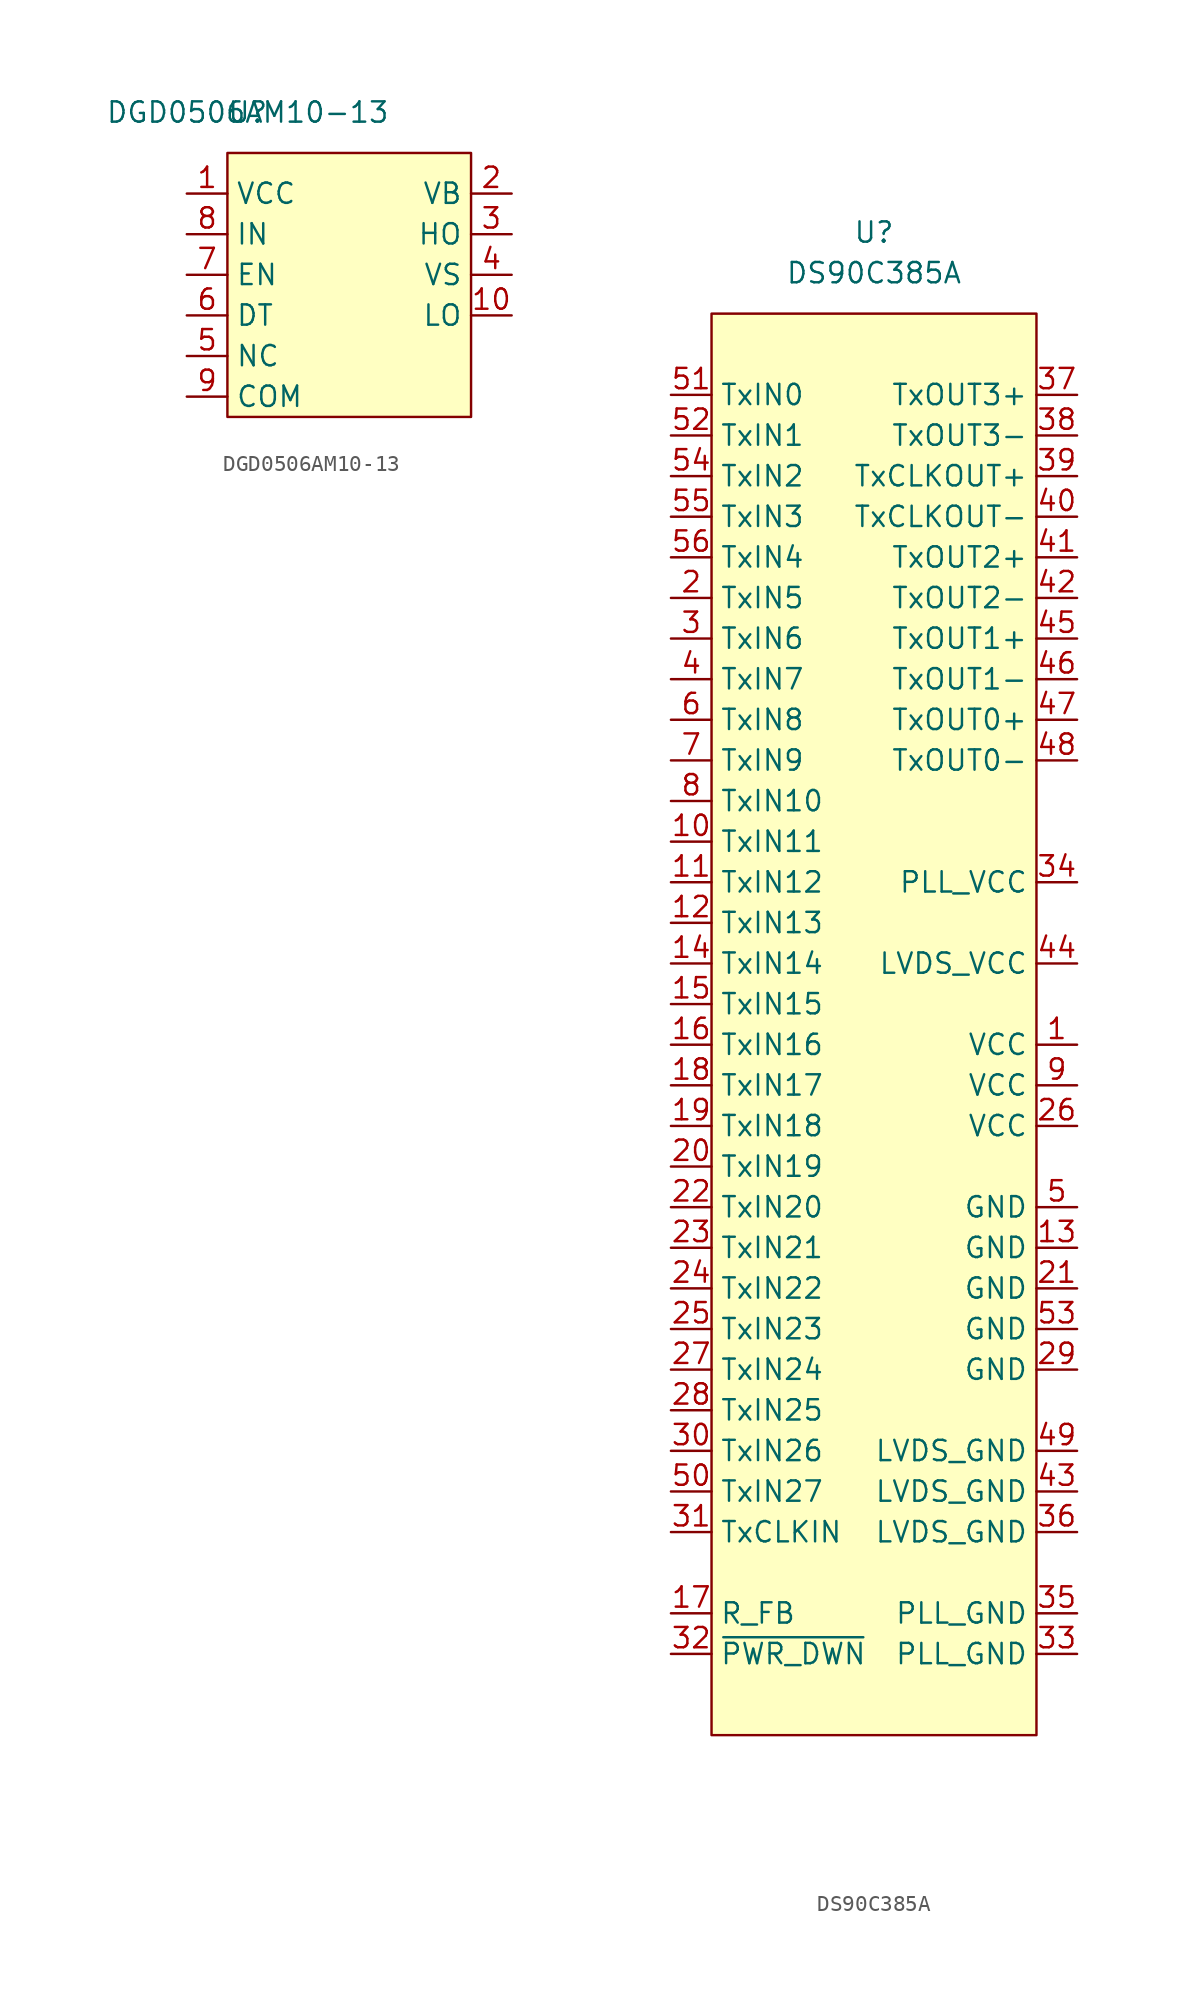
<source format=kicad_sym>
(kicad_symbol_lib
  (version 20231120)
  (generator "kicad_symbol_editor")
  (generator_version "8.0")
  (symbol "DGD0506AM10-13"
    (property "Reference" "U"
      (at 1.27 2.54 0)
      (effects (font (size 1.27 1.27))))
    (property "Value" "DGD0506AM10-13"
      (at 1.27 2.54 0)
      (effects (font (size 1.27 1.27))))
    (symbol "DGD0506AM10-13_0_1"
      (rectangle (start 0 0) (end 15.24 -16.51) (stroke (width 0) (type default)) (fill (type background))))
    (symbol "DGD0506AM10-13_1_1"
      (pin power_in line (at -2.54 -2.54 0) (length 2.54) (name "VCC" (effects (font (size 1.27 1.27)))) (number "1" (effects (font (size 1.27 1.27)))))
      (pin output line (at 17.78 -10.16 180) (length 2.54) (name "LO" (effects (font (size 1.27 1.27)))) (number "10" (effects (font (size 1.27 1.27)))))
      (pin power_in line (at 17.78 -2.54 180) (length 2.54) (name "VB" (effects (font (size 1.27 1.27)))) (number "2" (effects (font (size 1.27 1.27)))))
      (pin output line (at 17.78 -5.08 180) (length 2.54) (name "HO" (effects (font (size 1.27 1.27)))) (number "3" (effects (font (size 1.27 1.27)))))
      (pin passive line (at 17.78 -7.62 180) (length 2.54) (name "VS" (effects (font (size 1.27 1.27)))) (number "4" (effects (font (size 1.27 1.27)))))
      (pin passive line (at -2.54 -12.7 0) (length 2.54) (name "NC" (effects (font (size 1.27 1.27)))) (number "5" (effects (font (size 1.27 1.27)))))
      (pin bidirectional line (at -2.54 -10.16 0) (length 2.54) (name "DT" (effects (font (size 1.27 1.27)))) (number "6" (effects (font (size 1.27 1.27)))))
      (pin input line (at -2.54 -7.62 0) (length 2.54) (name "EN" (effects (font (size 1.27 1.27)))) (number "7" (effects (font (size 1.27 1.27)))))
      (pin input line (at -2.54 -5.08 0) (length 2.54) (name "IN" (effects (font (size 1.27 1.27)))) (number "8" (effects (font (size 1.27 1.27)))))
      (pin passive line (at -2.54 -15.24 0) (length 2.54) (name "COM" (effects (font (size 1.27 1.27)))) (number "9" (effects (font (size 1.27 1.27)))))))
  (symbol "DS90C385A"
    (property "Reference" "U"
      (at 0 0 0)
      (effects (font (size 1.27 1.27))))
    (property "Value" "DS90C385A"
      (at 0 -2.54 0)
      (effects (font (size 1.27 1.27))))
    (symbol "DS90C385A_0_1"
      (rectangle (start -10.16 -5.08) (end 10.16 -93.98) (stroke (width 0.152) (type default)) (fill (type background))))
    (symbol "DS90C385A_1_1"
      (pin output line (at 12.7 -50.8 180) (length 2.54) (name "VCC" (effects (font (size 1.27 1.27)))) (number "1" (effects (font (size 1.27 1.27)))))
      (pin input line (at -12.7 -38.1 0) (length 2.54) (name "TxIN11" (effects (font (size 1.27 1.27)))) (number "10" (effects (font (size 1.27 1.27)))))
      (pin input line (at -12.7 -40.64 0) (length 2.54) (name "TxIN12" (effects (font (size 1.27 1.27)))) (number "11" (effects (font (size 1.27 1.27)))))
      (pin input line (at -12.7 -43.18 0) (length 2.54) (name "TxIN13" (effects (font (size 1.27 1.27)))) (number "12" (effects (font (size 1.27 1.27)))))
      (pin output line (at 12.7 -63.5 180) (length 2.54) (name "GND" (effects (font (size 1.27 1.27)))) (number "13" (effects (font (size 1.27 1.27)))))
      (pin input line (at -12.7 -45.72 0) (length 2.54) (name "TxIN14" (effects (font (size 1.27 1.27)))) (number "14" (effects (font (size 1.27 1.27)))))
      (pin input line (at -12.7 -48.26 0) (length 2.54) (name "TxIN15" (effects (font (size 1.27 1.27)))) (number "15" (effects (font (size 1.27 1.27)))))
      (pin input line (at -12.7 -50.8 0) (length 2.54) (name "TxIN16" (effects (font (size 1.27 1.27)))) (number "16" (effects (font (size 1.27 1.27)))))
      (pin input line (at -12.7 -86.36 0) (length 2.54) (name "R_FB" (effects (font (size 1.27 1.27)))) (number "17" (effects (font (size 1.27 1.27)))))
      (pin input line (at -12.7 -53.34 0) (length 2.54) (name "TxIN17" (effects (font (size 1.27 1.27)))) (number "18" (effects (font (size 1.27 1.27)))))
      (pin input line (at -12.7 -55.88 0) (length 2.54) (name "TxIN18" (effects (font (size 1.27 1.27)))) (number "19" (effects (font (size 1.27 1.27)))))
      (pin input line (at -12.7 -22.86 0) (length 2.54) (name "TxIN5" (effects (font (size 1.27 1.27)))) (number "2" (effects (font (size 1.27 1.27)))))
      (pin input line (at -12.7 -58.42 0) (length 2.54) (name "TxIN19" (effects (font (size 1.27 1.27)))) (number "20" (effects (font (size 1.27 1.27)))))
      (pin output line (at 12.7 -66.04 180) (length 2.54) (name "GND" (effects (font (size 1.27 1.27)))) (number "21" (effects (font (size 1.27 1.27)))))
      (pin input line (at -12.7 -60.96 0) (length 2.54) (name "TxIN20" (effects (font (size 1.27 1.27)))) (number "22" (effects (font (size 1.27 1.27)))))
      (pin input line (at -12.7 -63.5 0) (length 2.54) (name "TxIN21" (effects (font (size 1.27 1.27)))) (number "23" (effects (font (size 1.27 1.27)))))
      (pin input line (at -12.7 -66.04 0) (length 2.54) (name "TxIN22" (effects (font (size 1.27 1.27)))) (number "24" (effects (font (size 1.27 1.27)))))
      (pin input line (at -12.7 -68.58 0) (length 2.54) (name "TxIN23" (effects (font (size 1.27 1.27)))) (number "25" (effects (font (size 1.27 1.27)))))
      (pin output line (at 12.7 -55.88 180) (length 2.54) (name "VCC" (effects (font (size 1.27 1.27)))) (number "26" (effects (font (size 1.27 1.27)))))
      (pin input line (at -12.7 -71.12 0) (length 2.54) (name "TxIN24" (effects (font (size 1.27 1.27)))) (number "27" (effects (font (size 1.27 1.27)))))
      (pin input line (at -12.7 -73.66 0) (length 2.54) (name "TxIN25" (effects (font (size 1.27 1.27)))) (number "28" (effects (font (size 1.27 1.27)))))
      (pin output line (at 12.7 -71.12 180) (length 2.54) (name "GND" (effects (font (size 1.27 1.27)))) (number "29" (effects (font (size 1.27 1.27)))))
      (pin input line (at -12.7 -25.4 0) (length 2.54) (name "TxIN6" (effects (font (size 1.27 1.27)))) (number "3" (effects (font (size 1.27 1.27)))))
      (pin input line (at -12.7 -76.2 0) (length 2.54) (name "TxIN26" (effects (font (size 1.27 1.27)))) (number "30" (effects (font (size 1.27 1.27)))))
      (pin input line (at -12.7 -81.28 0) (length 2.54) (name "TxCLKIN" (effects (font (size 1.27 1.27)))) (number "31" (effects (font (size 1.27 1.27)))))
      (pin input line (at -12.7 -88.9 0) (length 2.54) (name "~{PWR_DWN}" (effects (font (size 1.27 1.27)))) (number "32" (effects (font (size 1.27 1.27)))))
      (pin output line (at 12.7 -88.9 180) (length 2.54) (name "PLL_GND" (effects (font (size 1.27 1.27)))) (number "33" (effects (font (size 1.27 1.27)))))
      (pin output line (at 12.7 -40.64 180) (length 2.54) (name "PLL_VCC" (effects (font (size 1.27 1.27)))) (number "34" (effects (font (size 1.27 1.27)))))
      (pin output line (at 12.7 -86.36 180) (length 2.54) (name "PLL_GND" (effects (font (size 1.27 1.27)))) (number "35" (effects (font (size 1.27 1.27)))))
      (pin output line (at 12.7 -81.28 180) (length 2.54) (name "LVDS_GND" (effects (font (size 1.27 1.27)))) (number "36" (effects (font (size 1.27 1.27)))))
      (pin output line (at 12.7 -10.16 180) (length 2.54) (name "TxOUT3+" (effects (font (size 1.27 1.27)))) (number "37" (effects (font (size 1.27 1.27)))))
      (pin output line (at 12.7 -12.7 180) (length 2.54) (name "TxOUT3-" (effects (font (size 1.27 1.27)))) (number "38" (effects (font (size 1.27 1.27)))))
      (pin output line (at 12.7 -15.24 180) (length 2.54) (name "TxCLKOUT+" (effects (font (size 1.27 1.27)))) (number "39" (effects (font (size 1.27 1.27)))))
      (pin input line (at -12.7 -27.94 0) (length 2.54) (name "TxIN7" (effects (font (size 1.27 1.27)))) (number "4" (effects (font (size 1.27 1.27)))))
      (pin output line (at 12.7 -17.78 180) (length 2.54) (name "TxCLKOUT-" (effects (font (size 1.27 1.27)))) (number "40" (effects (font (size 1.27 1.27)))))
      (pin output line (at 12.7 -20.32 180) (length 2.54) (name "TxOUT2+" (effects (font (size 1.27 1.27)))) (number "41" (effects (font (size 1.27 1.27)))))
      (pin output line (at 12.7 -22.86 180) (length 2.54) (name "TxOUT2-" (effects (font (size 1.27 1.27)))) (number "42" (effects (font (size 1.27 1.27)))))
      (pin output line (at 12.7 -78.74 180) (length 2.54) (name "LVDS_GND" (effects (font (size 1.27 1.27)))) (number "43" (effects (font (size 1.27 1.27)))))
      (pin output line (at 12.7 -45.72 180) (length 2.54) (name "LVDS_VCC" (effects (font (size 1.27 1.27)))) (number "44" (effects (font (size 1.27 1.27)))))
      (pin output line (at 12.7 -25.4 180) (length 2.54) (name "TxOUT1+" (effects (font (size 1.27 1.27)))) (number "45" (effects (font (size 1.27 1.27)))))
      (pin output line (at 12.7 -27.94 180) (length 2.54) (name "TxOUT1-" (effects (font (size 1.27 1.27)))) (number "46" (effects (font (size 1.27 1.27)))))
      (pin output line (at 12.7 -30.48 180) (length 2.54) (name "TxOUT0+" (effects (font (size 1.27 1.27)))) (number "47" (effects (font (size 1.27 1.27)))))
      (pin output line (at 12.7 -33.02 180) (length 2.54) (name "TxOUT0-" (effects (font (size 1.27 1.27)))) (number "48" (effects (font (size 1.27 1.27)))))
      (pin output line (at 12.7 -76.2 180) (length 2.54) (name "LVDS_GND" (effects (font (size 1.27 1.27)))) (number "49" (effects (font (size 1.27 1.27)))))
      (pin output line (at 12.7 -60.96 180) (length 2.54) (name "GND" (effects (font (size 1.27 1.27)))) (number "5" (effects (font (size 1.27 1.27)))))
      (pin input line (at -12.7 -78.74 0) (length 2.54) (name "TxIN27" (effects (font (size 1.27 1.27)))) (number "50" (effects (font (size 1.27 1.27)))))
      (pin input line (at -12.7 -10.16 0) (length 2.54) (name "TxIN0" (effects (font (size 1.27 1.27)))) (number "51" (effects (font (size 1.27 1.27)))))
      (pin input line (at -12.7 -12.7 0) (length 2.54) (name "TxIN1" (effects (font (size 1.27 1.27)))) (number "52" (effects (font (size 1.27 1.27)))))
      (pin output line (at 12.7 -68.58 180) (length 2.54) (name "GND" (effects (font (size 1.27 1.27)))) (number "53" (effects (font (size 1.27 1.27)))))
      (pin input line (at -12.7 -15.24 0) (length 2.54) (name "TxIN2" (effects (font (size 1.27 1.27)))) (number "54" (effects (font (size 1.27 1.27)))))
      (pin input line (at -12.7 -17.78 0) (length 2.54) (name "TxIN3" (effects (font (size 1.27 1.27)))) (number "55" (effects (font (size 1.27 1.27)))))
      (pin input line (at -12.7 -20.32 0) (length 2.54) (name "TxIN4" (effects (font (size 1.27 1.27)))) (number "56" (effects (font (size 1.27 1.27)))))
      (pin input line (at -12.7 -30.48 0) (length 2.54) (name "TxIN8" (effects (font (size 1.27 1.27)))) (number "6" (effects (font (size 1.27 1.27)))))
      (pin input line (at -12.7 -33.02 0) (length 2.54) (name "TxIN9" (effects (font (size 1.27 1.27)))) (number "7" (effects (font (size 1.27 1.27)))))
      (pin input line (at -12.7 -35.56 0) (length 2.54) (name "TxIN10" (effects (font (size 1.27 1.27)))) (number "8" (effects (font (size 1.27 1.27)))))
      (pin output line (at 12.7 -53.34 180) (length 2.54) (name "VCC" (effects (font (size 1.27 1.27)))) (number "9" (effects (font (size 1.27 1.27))))))))
</source>
